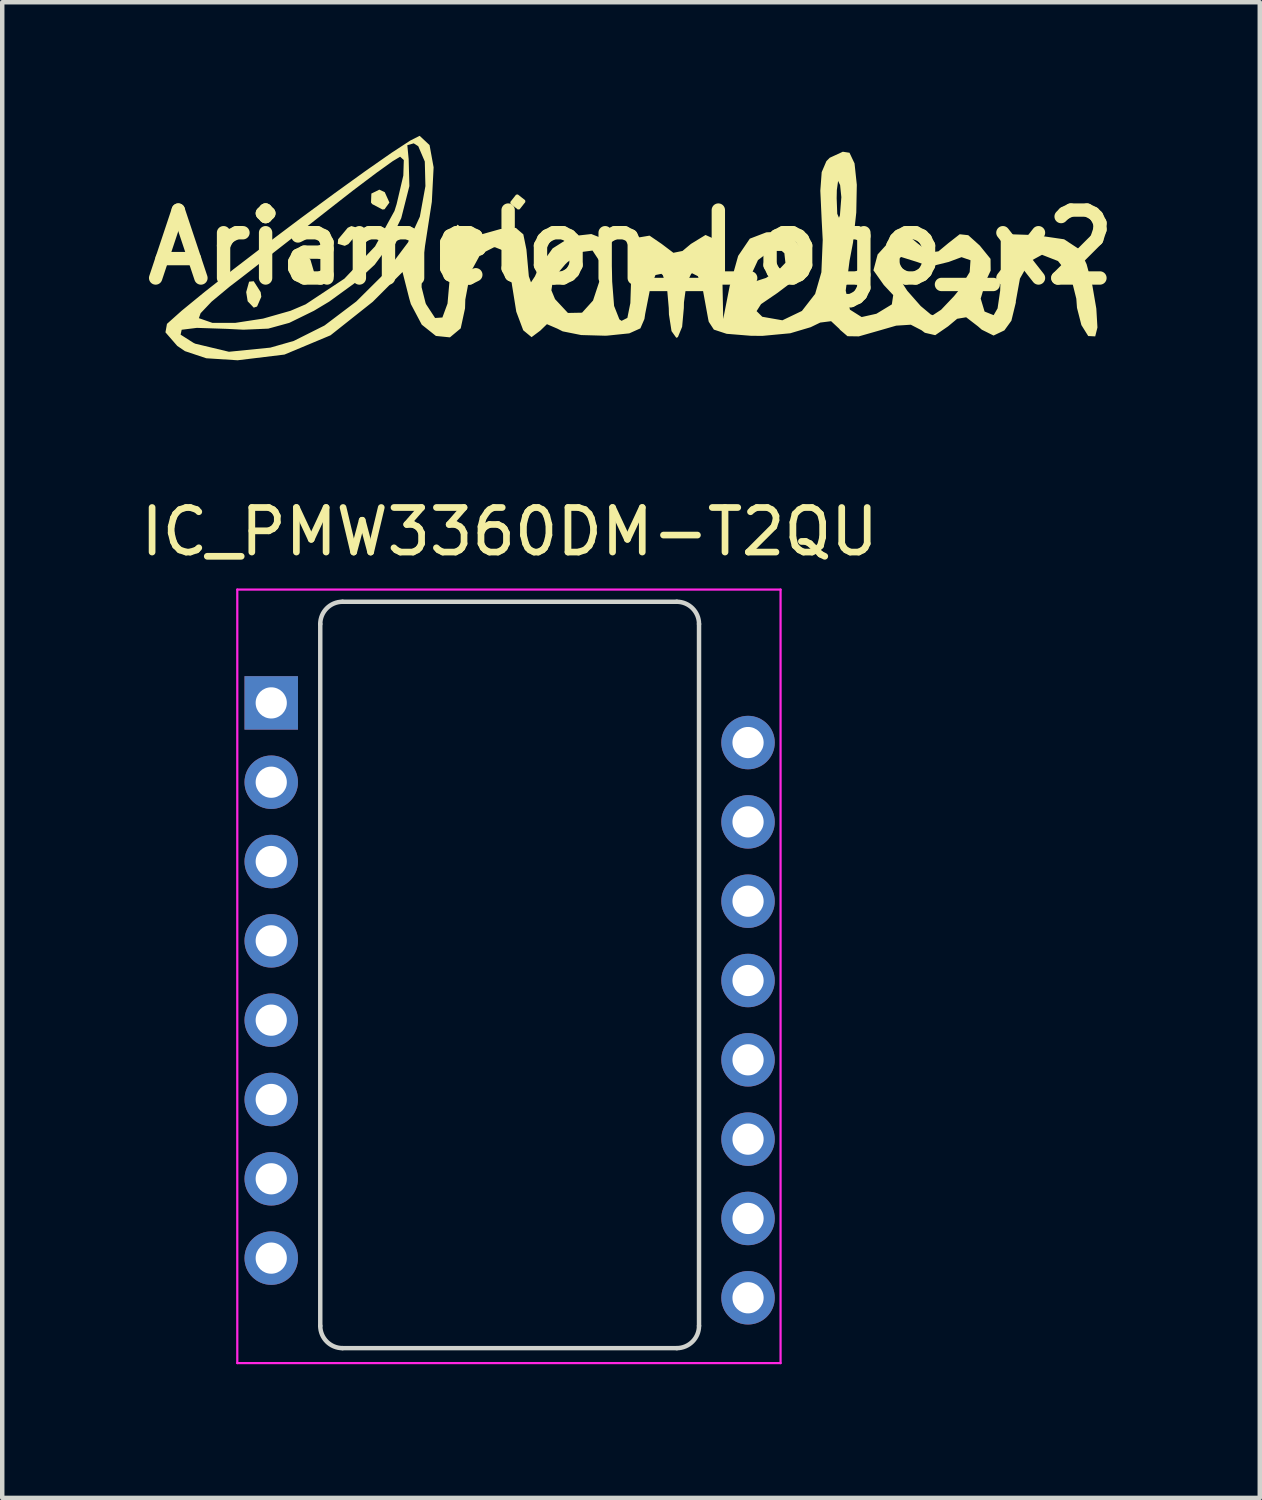
<source format=kicad_pcb>
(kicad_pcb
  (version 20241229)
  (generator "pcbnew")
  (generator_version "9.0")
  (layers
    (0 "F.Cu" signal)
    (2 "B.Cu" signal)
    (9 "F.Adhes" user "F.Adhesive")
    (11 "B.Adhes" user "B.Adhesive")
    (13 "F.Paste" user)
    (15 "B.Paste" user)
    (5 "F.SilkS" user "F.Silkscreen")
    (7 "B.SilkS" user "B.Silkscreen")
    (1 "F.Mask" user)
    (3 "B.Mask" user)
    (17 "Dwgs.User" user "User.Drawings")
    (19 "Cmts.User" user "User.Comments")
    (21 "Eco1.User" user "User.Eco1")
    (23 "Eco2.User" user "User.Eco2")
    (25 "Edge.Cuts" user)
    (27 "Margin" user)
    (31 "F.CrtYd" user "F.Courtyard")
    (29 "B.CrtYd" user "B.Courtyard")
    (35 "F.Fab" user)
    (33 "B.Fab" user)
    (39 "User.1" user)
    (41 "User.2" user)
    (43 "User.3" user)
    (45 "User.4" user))
  (footprint "Ariamelon_Logo_x2"
    (layer "F.Cu")
    (at 11.111 2.499)
    (property "Reference" "Ariamelon_Logo_x2" (at 0 0 0) (layer "F.SilkS") (effects (font (size 1.524 1.524) (thickness 0.3))))
    (attr board_only exclude_from_pos_files exclude_from_bom)
    (fp_poly (pts (xy -8.311 1.007) (xy -8.297 1.111) (xy -8.392 1.33) (xy -8.467 1.355) (xy -8.603 1.212) (xy -8.636 1.006) (xy -8.571 0.772) (xy -8.467 0.762)) (stroke (width 0) (type solid)) (fill yes) (layer "F.SilkS"))
    (fp_poly (pts (xy -7.195 0.277) (xy -7.115 0.55) (xy -7.22 0.672) (xy -7.432 0.615) (xy -7.535 0.508) (xy -7.557 0.225) (xy -7.524 0.151) (xy -7.367 0.107)) (stroke (width 0) (type solid)) (fill yes) (layer "F.SilkS"))
    (fp_poly (pts (xy -6.118 -0.43) (xy -6.128 -0.328) (xy -6.342 -0.071) (xy -6.424 -0.032) (xy -6.582 -0.078) (xy -6.572 -0.18) (xy -6.358 -0.437) (xy -6.276 -0.476)) (stroke (width 0) (type solid)) (fill yes) (layer "F.SilkS"))
    (fp_poly (pts (xy -5.527 -1.237) (xy -5.422 -1.004) (xy -5.531 -0.853) (xy -5.578 -0.847) (xy -5.809 -0.969) (xy -5.835 -1.004) (xy -5.827 -1.205) (xy -5.648 -1.293)) (stroke (width 0) (type solid)) (fill yes) (layer "F.SilkS"))
    (fp_poly (pts (xy -2.376 -1.056) (xy -2.371 -1.016) (xy -2.5 -0.852) (xy -2.54 -0.847) (xy -2.704 -0.976) (xy -2.709 -1.016) (xy -2.58 -1.18) (xy -2.54 -1.185)) (stroke (width 0) (type solid)) (fill yes) (layer "F.SilkS"))
    (fp_poly (pts (xy -4.741 -2.499) (xy -4.521 -2.293) (xy -4.43 -1.794) (xy -4.47 -1.02) (xy -4.582 -0.296) (xy -4.691 0.413) (xy -4.7 0.896) (xy -4.61 1.253) (xy -4.598 1.28) (xy -4.397 1.587) (xy -4.233 1.576) (xy -4.118 1.263) (xy -4.066 0.668) (xy -4.064 0.498) (xy -4.038 -0.039) (xy -3.97 -0.403) (xy -3.895 -0.508) (xy -3.73 -0.383) (xy -3.725 -0.344) (xy -3.602 -0.233) (xy -3.514 -0.245) (xy -2.927 -0.41) (xy -2.586 -0.435) (xy -2.417 -0.29) (xy -2.347 0.053) (xy -2.333 0.211) (xy -2.293 0.651) (xy -2.245 0.787) (xy -2.156 0.652) (xy -2.073 0.464) (xy -1.759 0.025) (xy -1.33 -0.247) (xy -0.891 -0.297) (xy -0.707 -0.224) (xy -0.508 0.047) (xy -0.427 0.565) (xy -0.423 0.768) (xy -0.38 1.316) (xy -0.261 1.618) (xy -0.212 1.651) (xy -0.082 1.585) (xy -0.015 1.252) (xy 0 0.786) (xy 0.043 0.124) (xy 0.179 -0.221) (xy 0.416 -0.261) (xy 0.688 -0.075) (xy 0.951 0.124) (xy 1.155 0.083) (xy 1.344 -0.075) (xy 1.672 -0.276) (xy 1.893 -0.176) (xy 2.017 0.235) (xy 2.051 0.73) (xy 2.069 1.609) (xy 2.214 0.871) (xy 2.285 0.619) (xy 2.709 0.619) (xy 2.776 0.77) (xy 3.026 0.689) (xy 3.039 0.682) (xy 3.347 0.473) (xy 3.465 0.349) (xy 3.441 0.134) (xy 3.382 0.082) (xy 3.118 0.084) (xy 2.849 0.288) (xy 2.711 0.587) (xy 2.709 0.619) (xy 2.285 0.619) (xy 2.404 0.194) (xy 2.666 -0.193) (xy 3.036 -0.335) (xy 3.12 -0.339) (xy 3.606 -0.23) (xy 3.846 0.048) (xy 3.832 0.423) (xy 3.555 0.822) (xy 3.283 1.027) (xy 2.918 1.276) (xy 2.818 1.433) (xy 2.943 1.557) (xy 2.948 1.56) (xy 3.397 1.639) (xy 3.835 1.429) (xy 4.132 1.046) (xy 4.272 0.561) (xy 4.302 -0.163) (xy 4.279 -0.598) (xy 4.256 -1.101) (xy 4.615 -1.101) (xy 4.628 -0.752) (xy 4.667 -0.662) (xy 4.688 -0.718) (xy 4.72 -1.124) (xy 4.692 -1.395) (xy 4.647 -1.489) (xy 4.619 -1.285) (xy 4.615 -1.101) (xy 4.256 -1.101) (xy 4.248 -1.269) (xy 4.279 -1.686) (xy 4.384 -1.932) (xy 4.46 -2.009) (xy 4.753 -2.144) (xy 4.903 -2.121) (xy 5.016 -1.882) (xy 5.067 -1.403) (xy 5.055 -0.78) (xy 4.982 -0.107) (xy 4.904 0.303) (xy 4.818 0.972) (xy 4.913 1.4) (xy 5.176 1.566) (xy 5.507 1.492) (xy 5.853 1.282) (xy 5.884 1.073) (xy 5.673 0.847) (xy 5.44 0.517) (xy 5.487 0.34) (xy 5.913 0.34) (xy 5.987 0.648) (xy 6.199 0.976) (xy 6.501 1.319) (xy 6.73 1.51) (xy 6.773 1.524) (xy 6.959 1.402) (xy 7.248 1.098) (xy 7.347 0.976) (xy 7.6 0.557) (xy 7.618 0.291) (xy 7.417 0.222) (xy 7.13 0.329) (xy 6.714 0.432) (xy 6.416 0.329) (xy 6.061 0.218) (xy 5.913 0.34) (xy 5.487 0.34) (xy 5.534 0.162) (xy 5.757 -0.085) (xy 6.024 -0.29) (xy 6.224 -0.259) (xy 6.435 -0.085) (xy 6.699 0.12) (xy 6.9 0.091) (xy 7.118 -0.09) (xy 7.376 -0.292) (xy 7.568 -0.271) (xy 7.827 -0.038) (xy 8.068 0.26) (xy 8.071 0.524) (xy 7.97 0.74) (xy 7.847 1.152) (xy 7.934 1.442) (xy 8.138 1.524) (xy 8.226 1.371) (xy 8.284 0.977) (xy 8.297 0.612) (xy 8.297 -0.299) (xy 9.076 -0.273) (xy 9.719 -0.179) (xy 10.073 0.053) (xy 10.224 0.381) (xy 10.354 0.863) (xy 10.442 1.377) (xy 10.467 1.8) (xy 10.417 2) (xy 10.26 1.992) (xy 10.107 1.746) (xy 10.008 1.359) (xy 9.993 1.155) (xy 9.874 0.677) (xy 9.582 0.309) (xy 9.223 0.169) (xy 8.943 0.321) (xy 8.728 0.703) (xy 8.636 1.208) (xy 8.636 1.238) (xy 8.536 1.648) (xy 8.379 1.865) (xy 8.136 1.981) (xy 7.872 1.85) (xy 7.786 1.775) (xy 7.521 1.571) (xy 7.319 1.605) (xy 7.115 1.775) (xy 6.827 1.973) (xy 6.594 1.919) (xy 6.517 1.861) (xy 6.279 1.738) (xy 5.951 1.759) (xy 5.563 1.871) (xy 5.111 2) (xy 4.858 1.996) (xy 4.69 1.852) (xy 4.674 1.83) (xy 4.49 1.659) (xy 4.246 1.69) (xy 4.031 1.794) (xy 3.573 1.93) (xy 2.945 1.989) (xy 2.684 1.986) (xy 2.145 1.942) (xy 1.859 1.848) (xy 1.744 1.671) (xy 1.731 1.608) (xy 1.616 0.978) (xy 1.501 0.649) (xy 1.372 0.584) (xy 1.35 0.596) (xy 1.245 0.816) (xy 1.188 1.235) (xy 1.185 1.365) (xy 1.147 1.785) (xy 1.052 2.016) (xy 1.016 2.032) (xy 0.909 1.882) (xy 0.851 1.508) (xy 0.847 1.365) (xy 0.808 0.915) (xy 0.714 0.627) (xy 0.682 0.596) (xy 0.549 0.623) (xy 0.433 0.911) (xy 0.318 1.495) (xy 0.301 1.609) (xy 0.21 1.82) (xy -0.039 1.932) (xy -0.533 1.983) (xy -0.582 1.985) (xy -1.119 1.97) (xy -1.534 1.887) (xy -1.652 1.827) (xy -1.887 1.726) (xy -2.038 1.872) (xy -2.232 2.017) (xy -2.419 1.863) (xy -2.575 1.446) (xy -2.652 0.966) (xy -1.787 0.966) (xy -1.705 1.164) (xy -1.416 1.474) (xy -1.099 1.468) (xy -0.853 1.196) (xy -0.698 0.727) (xy -0.714 0.302) (xy -0.864 0.074) (xy -1.095 0.104) (xy -1.42 0.329) (xy -1.474 0.381) (xy -1.748 0.707) (xy -1.787 0.966) (xy -2.652 0.966) (xy -2.67 0.857) (xy -2.743 0.336) (xy -2.858 0.077) (xy -3.049 0.000498) (xy -3.074 0) (xy -3.379 0.155) (xy -3.606 0.572) (xy -3.719 1.174) (xy -3.725 1.371) (xy -3.822 1.82) (xy -4.064 2.022) (xy -4.379 1.99) (xy -4.696 1.737) (xy -4.941 1.274) (xy -4.977 1.15) (xy -5.128 0.556) (xy -5.796 1.224) (xy -6.744 1.976) (xy -7.777 2.408) (xy -8.829 2.536) (xy -9.532 2.491) (xy -10.011 2.331) (xy -10.184 2.213) (xy -10.403 1.961) (xy -10.108 1.961) (xy -9.822 2.143) (xy -9.779 2.164) (xy -9.023 2.345) (xy -8.094 2.252) (xy -7.569 2.102) (xy -6.879 1.756) (xy -6.165 1.216) (xy -5.512 0.567) (xy -5.005 -0.108) (xy -4.739 -0.686) (xy -4.614 -1.372) (xy -4.628 -1.924) (xy -4.775 -2.268) (xy -4.876 -2.332) (xy -5.02 -2.291) (xy -4.991 -1.988) (xy -4.99 -1.987) (xy -4.974 -1.373) (xy -5.157 -0.652) (xy -5.497 0.046) (xy -5.753 0.392) (xy -6.191 0.797) (xy -6.772 1.219) (xy -7.115 1.425) (xy -7.668 1.696) (xy -8.141 1.826) (xy -8.697 1.85) (xy -9.074 1.831) (xy -9.742 1.809) (xy -10.084 1.851) (xy -10.108 1.961) (xy -10.403 1.961) (xy -10.448 1.909) (xy -10.414 1.719) (xy -10.271 1.591) (xy -9.698 1.591) (xy -9.393 1.697) (xy -8.877 1.696) (xy -8.258 1.601) (xy -7.64 1.425) (xy -7.303 1.281) (xy -6.433 0.705) (xy -5.744 -0.02) (xy -5.308 -0.816) (xy -5.26 -0.969) (xy -5.11 -1.61) (xy -5.099 -1.957) (xy -5.181 -2.032) (xy -5.347 -1.933) (xy -5.719 -1.666) (xy -6.24 -1.273) (xy -6.747 -0.877) (xy -7.447 -0.328) (xy -8.143 0.215) (xy -8.735 0.675) (xy -9.007 0.883) (xy -9.412 1.22) (xy -9.659 1.48) (xy -9.698 1.591) (xy -10.271 1.591) (xy -10.084 1.424) (xy -9.57 1.003) (xy -8.92 0.492) (xy -8.184 -0.072) (xy -7.413 -0.652) (xy -6.654 -1.211) (xy -5.959 -1.712) (xy -5.377 -2.118) (xy -4.957 -2.393) (xy -4.749 -2.499)) (stroke (width 0) (type solid)) (fill yes) (layer "F.SilkS")))
  (footprint "IC_PMW3360DM-T2QU"
    (layer "F.Cu")
    (at 8.387 18.384)
    (property "Reference" "IC_PMW3360DM-T2QU" (at 0 -9.5 0) (unlocked yes) (layer "F.SilkS") (effects (font (size 1 1) (thickness 0.15))))
    (attr through_hole)
    (fp_line (start -4.25 8.32) (end -4.25 -7.43) (stroke (width 0.1) (type solid)) (layer "Edge.Cuts"))
    (fp_line (start -3.75 -7.93) (end 3.75 -7.93) (stroke (width 0.1) (type solid)) (layer "Edge.Cuts"))
    (fp_line (start -3.75 8.82) (end 3.75 8.82) (stroke (width 0.1) (type solid)) (layer "Edge.Cuts"))
    (fp_line (start 4.25 -7.43) (end 4.25 8.32) (stroke (width 0.1) (type solid)) (layer "Edge.Cuts"))
    (fp_arc (start -4.25 -7.43) (mid -4.103554 -7.783554) (end -3.75 -7.93) (stroke (width 0.1) (type solid)) (layer "Edge.Cuts"))
    (fp_arc (start -3.75 8.82) (mid -4.103553 8.673553) (end -4.25 8.32) (stroke (width 0.1) (type solid)) (layer "Edge.Cuts"))
    (fp_arc (start 3.75 -7.93) (mid 4.103553 -7.783553) (end 4.25 -7.43) (stroke (width 0.1) (type solid)) (layer "Edge.Cuts"))
    (fp_arc (start 4.25 8.32) (mid 4.103553 8.673553) (end 3.75 8.82) (stroke (width 0.1) (type solid)) (layer "Edge.Cuts"))
    (fp_line (start -6.112 -8.203) (end 6.08 -8.203) (stroke (width 0.05) (type solid)) (layer "F.CrtYd"))
    (fp_line (start -6.112 9.156) (end -6.112 -8.203) (stroke (width 0.05) (type solid)) (layer "F.CrtYd"))
    (fp_line (start 6.08 -8.203) (end 6.08 9.156) (stroke (width 0.05) (type solid)) (layer "F.CrtYd"))
    (fp_line (start 6.08 9.156) (end -6.112 9.156) (stroke (width 0.05) (type solid)) (layer "F.CrtYd"))
    (pad "1" thru_hole rect (at -5.35 -5.66) (size 1.2 1.2) (drill 0.7) (layers "*.Cu" "*.Mask"))
    (pad "2" thru_hole circle (at -5.35 -3.88) (size 1.2 1.2) (drill 0.7) (layers "*.Cu" "*.Mask"))
    (pad "3" thru_hole circle (at -5.35 -2.1) (size 1.2 1.2) (drill 0.7) (layers "*.Cu" "*.Mask"))
    (pad "4" thru_hole circle (at -5.35 -0.32) (size 1.2 1.2) (drill 0.7) (layers "*.Cu" "*.Mask"))
    (pad "5" thru_hole circle (at -5.35 1.46) (size 1.2 1.2) (drill 0.7) (layers "*.Cu" "*.Mask"))
    (pad "6" thru_hole circle (at -5.35 3.24) (size 1.2 1.2) (drill 0.7) (layers "*.Cu" "*.Mask"))
    (pad "7" thru_hole circle (at -5.35 5.02) (size 1.2 1.2) (drill 0.7) (layers "*.Cu" "*.Mask"))
    (pad "8" thru_hole circle (at -5.35 6.8) (size 1.2 1.2) (drill 0.7) (layers "*.Cu" "*.Mask"))
    (pad "9" thru_hole circle (at 5.35 7.69) (size 1.2 1.2) (drill 0.7) (layers "*.Cu" "*.Mask"))
    (pad "10" thru_hole circle (at 5.35 5.91) (size 1.2 1.2) (drill 0.7) (layers "*.Cu" "*.Mask"))
    (pad "11" thru_hole circle (at 5.35 4.13) (size 1.2 1.2) (drill 0.7) (layers "*.Cu" "*.Mask"))
    (pad "12" thru_hole circle (at 5.35 2.35) (size 1.2 1.2) (drill 0.7) (layers "*.Cu" "*.Mask"))
    (pad "13" thru_hole circle (at 5.35 0.57) (size 1.2 1.2) (drill 0.7) (layers "*.Cu" "*.Mask"))
    (pad "14" thru_hole circle (at 5.35 -1.21) (size 1.2 1.2) (drill 0.7) (layers "*.Cu" "*.Mask"))
    (pad "15" thru_hole circle (at 5.35 -2.99) (size 1.2 1.2) (drill 0.7) (layers "*.Cu" "*.Mask"))
    (pad "16" thru_hole circle (at 5.35 -4.77) (size 1.2 1.2) (drill 0.7) (layers "*.Cu" "*.Mask")))
  (gr_rect
    (start -3 -3)
    (end 25.221 30.565)
    (stroke (width 0.1) (type default))
    (fill no)
    (layer "Edge.Cuts")))
</source>
